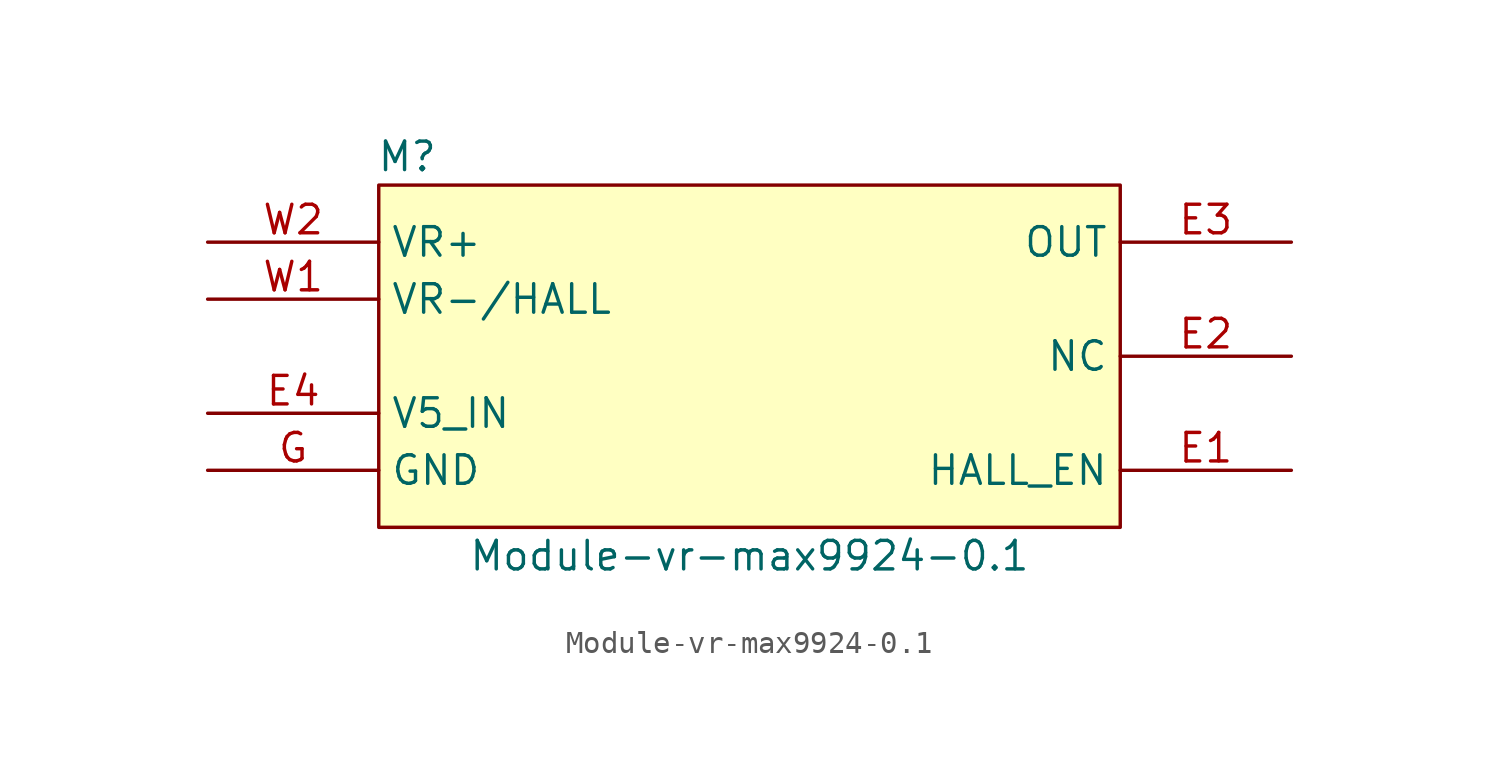
<source format=kicad_sym>
(kicad_symbol_lib
  (version 20220914)
  (generator kicad_symbol_editor)
  (symbol "Module-vr-max9924-0.1"
    (property "Reference" "M"
      (at 1.27 1.27 0)
      (effects (font (size 1.27 1.27))))
    (property "Value" "Module-vr-max9924-0.1"
      (at 16.51 -16.51 0)
      (effects (font (size 1.27 1.27))))
    (symbol "Module-vr-max9924-0.1_1_0"
      (rectangle (start 0 0) (end 33.02 -15.24) (stroke (width 0) (type default)) (fill (type background)))
      (pin passive line (at 40.64 -12.7 180) (length 7.62) (name "HALL_EN" (effects (font (size 1.27 1.27)))) (number "E1" (effects (font (size 1.27 1.27)))))
      (pin passive line (at 40.64 -7.62 180) (length 7.62) (name "NC" (effects (font (size 1.27 1.27)))) (number "E2" (effects (font (size 1.27 1.27)))))
      (pin passive line (at 40.64 -2.54 180) (length 7.62) (name "OUT" (effects (font (size 1.27 1.27)))) (number "E3" (effects (font (size 1.27 1.27)))))
      (pin passive line (at -7.62 -10.16 0) (length 7.62) (name "V5_IN" (effects (font (size 1.27 1.27)))) (number "E4" (effects (font (size 1.27 1.27)))))
      (pin passive line (at -7.62 -12.7 0) (length 7.62) (name "GND" (effects (font (size 1.27 1.27)))) (number "G" (effects (font (size 1.27 1.27)))))
      (pin passive line (at -7.62 -5.08 0) (length 7.62) (name "VR-/HALL" (effects (font (size 1.27 1.27)))) (number "W1" (effects (font (size 1.27 1.27)))))
      (pin passive line (at -7.62 -2.54 0) (length 7.62) (name "VR+" (effects (font (size 1.27 1.27)))) (number "W2" (effects (font (size 1.27 1.27))))))))
</source>
